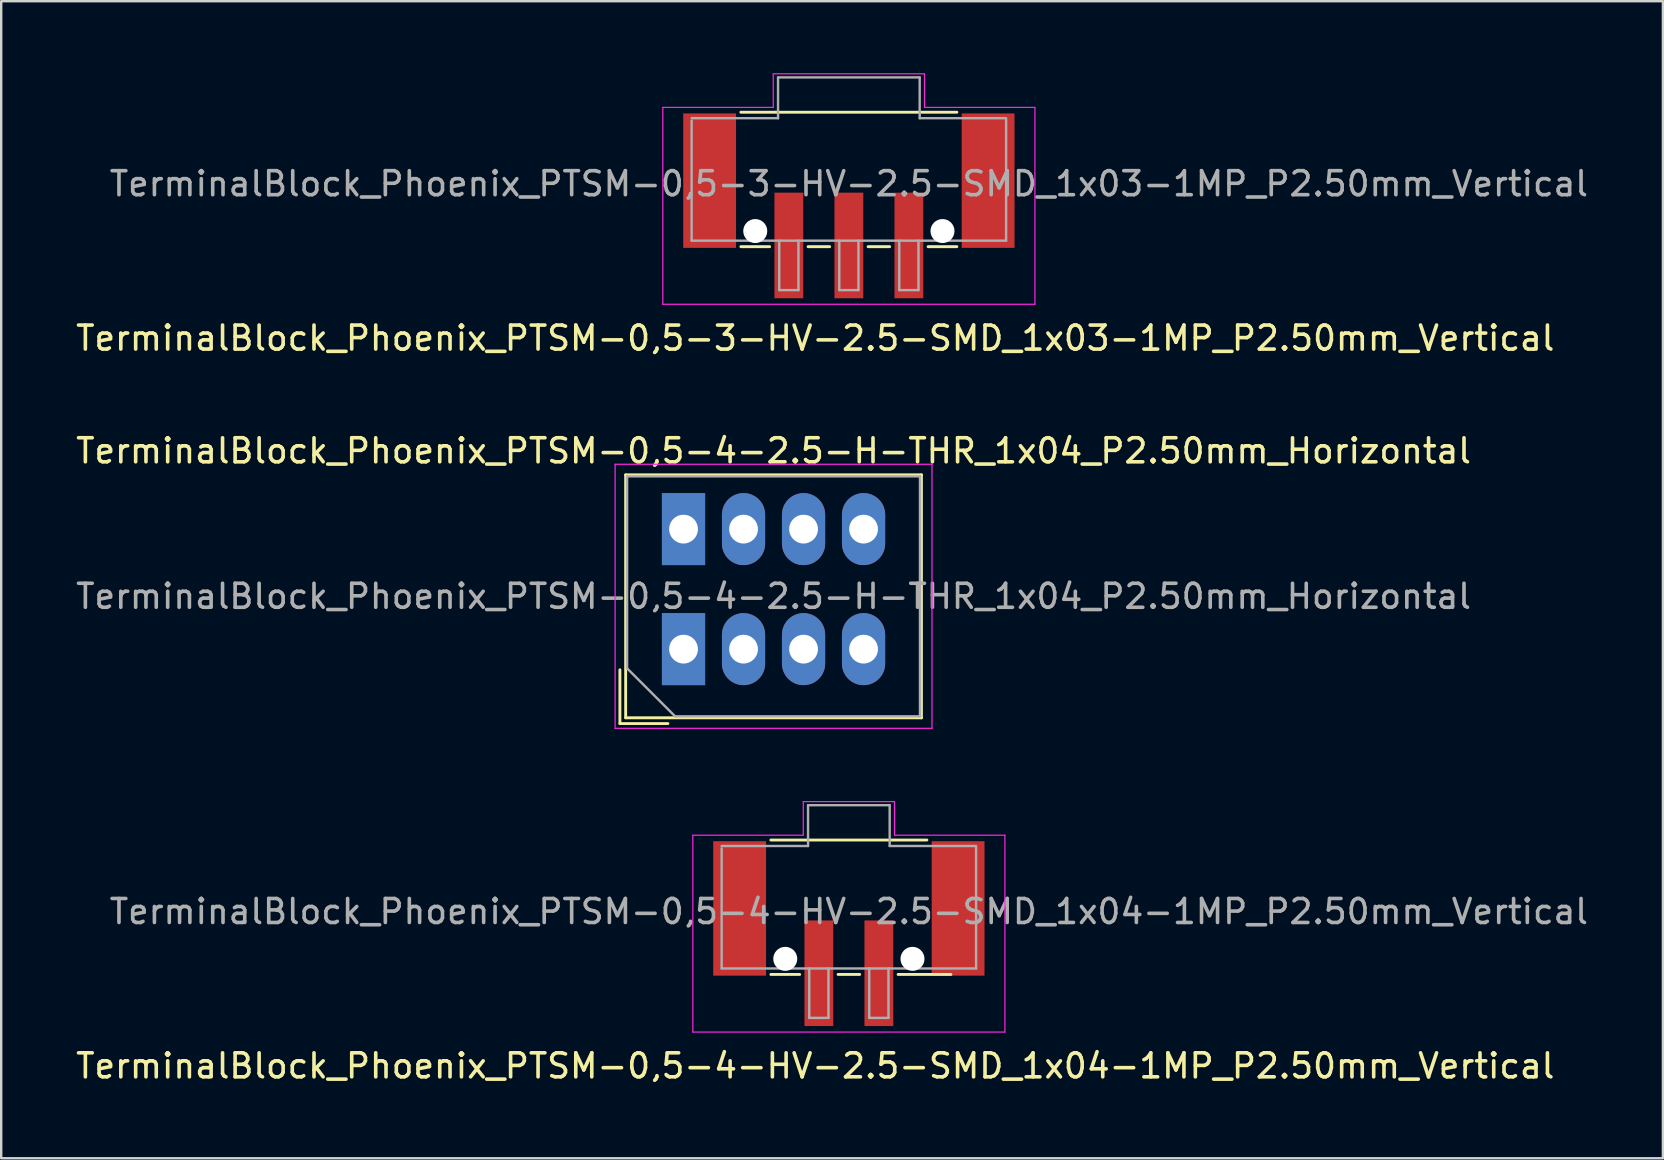
<source format=kicad_pcb>
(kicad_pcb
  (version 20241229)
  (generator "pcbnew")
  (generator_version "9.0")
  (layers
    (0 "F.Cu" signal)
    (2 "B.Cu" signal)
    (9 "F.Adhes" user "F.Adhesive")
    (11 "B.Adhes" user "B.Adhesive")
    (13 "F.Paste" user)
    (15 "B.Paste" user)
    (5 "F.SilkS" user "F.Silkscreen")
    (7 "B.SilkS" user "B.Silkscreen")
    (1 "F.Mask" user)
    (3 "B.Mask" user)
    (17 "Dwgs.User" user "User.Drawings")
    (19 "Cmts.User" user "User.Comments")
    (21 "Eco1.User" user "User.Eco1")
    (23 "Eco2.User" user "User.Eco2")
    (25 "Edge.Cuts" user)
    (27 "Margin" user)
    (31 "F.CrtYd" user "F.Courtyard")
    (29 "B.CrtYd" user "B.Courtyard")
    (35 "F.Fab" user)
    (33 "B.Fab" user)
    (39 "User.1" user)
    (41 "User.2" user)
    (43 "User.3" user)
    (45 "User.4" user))
  (footprint "TerminalBlock_Phoenix_PTSM-0,5-3-HV-2.5-SMD_1x03-1MP_P2.50mm_Vertical"
    (layer "F.Cu")
    (at 32.311 5.525)
    (property "Reference" "TerminalBlock_Phoenix_PTSM-0,5-3-HV-2.5-SMD_1x03-1MP_P2.50mm_Vertical" (at -1.4 5.51 0) (layer "F.SilkS") (effects (font (size 1 1) (thickness 0.15))))
    (attr smd)
    (fp_line (start -4.5 -3.9) (end 4.5 -3.9) (stroke (width 0.12) (type solid)) (layer "F.SilkS"))
    (fp_line (start -3.3 1.7) (end -4.5 1.7) (stroke (width 0.12) (type solid)) (layer "F.SilkS"))
    (fp_line (start -0.8 1.7) (end -1.7 1.7) (stroke (width 0.12) (type solid)) (layer "F.SilkS"))
    (fp_line (start 1.7 1.7) (end 0.8 1.7) (stroke (width 0.12) (type solid)) (layer "F.SilkS"))
    (fp_line (start 4.5 1.7) (end 3.3 1.7) (stroke (width 0.12) (type solid)) (layer "F.SilkS"))
    (fp_line (start -7.75 -4.1) (end -3.15 -4.1) (stroke (width 0.05) (type solid)) (layer "F.CrtYd"))
    (fp_line (start -7.75 4.1) (end -7.75 -4.1) (stroke (width 0.05) (type solid)) (layer "F.CrtYd"))
    (fp_line (start -3.15 -5.5) (end 3.15 -5.5) (stroke (width 0.05) (type solid)) (layer "F.CrtYd"))
    (fp_line (start -3.15 -4.1) (end -3.15 -5.5) (stroke (width 0.05) (type solid)) (layer "F.CrtYd"))
    (fp_line (start 3.15 -4.1) (end 3.15 -5.5) (stroke (width 0.05) (type solid)) (layer "F.CrtYd"))
    (fp_line (start 7.75 -4.1) (end 3.15 -4.1) (stroke (width 0.05) (type solid)) (layer "F.CrtYd"))
    (fp_line (start 7.75 -4.1) (end 7.75 4.1) (stroke (width 0.05) (type solid)) (layer "F.CrtYd"))
    (fp_line (start 7.75 4.1) (end -7.75 4.1) (stroke (width 0.05) (type solid)) (layer "F.CrtYd"))
    (fp_line (start -6.55 -3.65) (end -2.95 -3.65) (stroke (width 0.1) (type solid)) (layer "F.Fab"))
    (fp_line (start -6.55 1.45) (end -6.55 -3.55) (stroke (width 0.1) (type solid)) (layer "F.Fab"))
    (fp_line (start -2.95 -5.35) (end 2.95 -5.35) (stroke (width 0.1) (type solid)) (layer "F.Fab"))
    (fp_line (start -2.95 -3.65) (end -2.95 -5.35) (stroke (width 0.1) (type solid)) (layer "F.Fab"))
    (fp_line (start -2.9 1.45) (end -2.9 3.51) (stroke (width 0.1) (type solid)) (layer "F.Fab"))
    (fp_line (start -2.9 3.51) (end -2.1 3.51) (stroke (width 0.1) (type solid)) (layer "F.Fab"))
    (fp_line (start -2.1 1.45) (end -2.1 3.51) (stroke (width 0.1) (type solid)) (layer "F.Fab"))
    (fp_line (start -0.4 1.45) (end -0.4 3.51) (stroke (width 0.1) (type solid)) (layer "F.Fab"))
    (fp_line (start -0.4 3.51) (end 0.4 3.51) (stroke (width 0.1) (type solid)) (layer "F.Fab"))
    (fp_line (start 0.4 1.45) (end 0.4 3.51) (stroke (width 0.1) (type solid)) (layer "F.Fab"))
    (fp_line (start 2.1 1.45) (end 2.1 3.51) (stroke (width 0.1) (type solid)) (layer "F.Fab"))
    (fp_line (start 2.1 3.51) (end 2.9 3.51) (stroke (width 0.1) (type solid)) (layer "F.Fab"))
    (fp_line (start 2.9 1.45) (end 2.9 3.51) (stroke (width 0.1) (type solid)) (layer "F.Fab"))
    (fp_line (start 2.95 -5.35) (end 2.95 -3.65) (stroke (width 0.1) (type solid)) (layer "F.Fab"))
    (fp_line (start 2.95 -3.65) (end 6.55 -3.65) (stroke (width 0.1) (type solid)) (layer "F.Fab"))
    (fp_line (start 6.55 1.45) (end -6.55 1.45) (stroke (width 0.1) (type solid)) (layer "F.Fab"))
    (fp_line (start 6.55 1.45) (end 6.55 -3.6) (stroke (width 0.1) (type solid)) (layer "F.Fab"))
    (fp_text user "${REFERENCE}" (at 0 -0.92 0) (layer "F.Fab") (effects (font (size 1 1) (thickness 0.15))))
    (pad "" np_thru_hole circle (at -3.9 1.05) (size 1 1) (drill 1) (layers "*.Cu" "*.Mask"))
    (pad "" np_thru_hole circle (at 3.9 1.05) (size 1 1) (drill 1) (layers "*.Cu" "*.Mask"))
    (pad "1" smd rect (at -2.5 1.65 180) (size 1.2 4.4) (layers "F.Cu" "F.Mask" "F.Paste"))
    (pad "2" smd rect (at 0 1.65 180) (size 1.2 4.4) (layers "F.Cu" "F.Mask" "F.Paste"))
    (pad "3" smd rect (at 2.5 1.65 180) (size 1.2 4.4) (layers "F.Cu" "F.Mask" "F.Paste"))
    (pad "MP" smd rect (at -5.8 -1.05 180) (size 2.2 5.6) (layers "F.Cu" "F.Mask" "F.Paste"))
    (pad "MP" smd rect (at 5.8 -1.05 180) (size 2.2 5.6) (layers "F.Cu" "F.Mask" "F.Paste")))
  (footprint "TerminalBlock_Phoenix_PTSM-0,5-4-2.5-H-THR_1x04_P2.50mm_Horizontal"
    (layer "F.Cu")
    (at 25.423 23.991)
    (property "Reference" "TerminalBlock_Phoenix_PTSM-0,5-4-2.5-H-THR_1x04_P2.50mm_Horizontal" (at 3.75 -8.26 0) (layer "F.SilkS") (effects (font (size 1 1) (thickness 0.15))))
    (attr through_hole)
    (fp_line (start -2.65 0.86) (end -2.65 3.1) (stroke (width 0.12) (type solid)) (layer "F.SilkS"))
    (fp_line (start -2.65 3.1) (end -0.65 3.1) (stroke (width 0.12) (type solid)) (layer "F.SilkS"))
    (fp_line (start -2.41 -7.26) (end -2.41 2.86) (stroke (width 0.12) (type solid)) (layer "F.SilkS"))
    (fp_line (start -2.41 -7.26) (end 9.91 -7.26) (stroke (width 0.12) (type solid)) (layer "F.SilkS"))
    (fp_line (start -2.41 2.86) (end 9.91 2.86) (stroke (width 0.12) (type solid)) (layer "F.SilkS"))
    (fp_line (start 9.91 -7.26) (end 9.91 2.86) (stroke (width 0.12) (type solid)) (layer "F.SilkS"))
    (fp_line (start -2.85 -7.7) (end -2.85 3.3) (stroke (width 0.05) (type solid)) (layer "F.CrtYd"))
    (fp_line (start -2.85 3.3) (end 10.35 3.3) (stroke (width 0.05) (type solid)) (layer "F.CrtYd"))
    (fp_line (start 10.35 -7.7) (end -2.85 -7.7) (stroke (width 0.05) (type solid)) (layer "F.CrtYd"))
    (fp_line (start 10.35 3.3) (end 10.35 -7.7) (stroke (width 0.05) (type solid)) (layer "F.CrtYd"))
    (fp_line (start -2.35 -7.2) (end 9.85 -7.2) (stroke (width 0.1) (type solid)) (layer "F.Fab"))
    (fp_line (start -2.35 0.8) (end -2.35 -7.2) (stroke (width 0.1) (type solid)) (layer "F.Fab"))
    (fp_line (start -0.35 2.8) (end -2.35 0.8) (stroke (width 0.1) (type solid)) (layer "F.Fab"))
    (fp_line (start 9.85 -7.2) (end 9.85 2.8) (stroke (width 0.1) (type solid)) (layer "F.Fab"))
    (fp_line (start 9.85 2.8) (end -0.35 2.8) (stroke (width 0.1) (type solid)) (layer "F.Fab"))
    (fp_text user "${REFERENCE}" (at 3.75 -2.2 0) (layer "F.Fab") (effects (font (size 1 1) (thickness 0.15))))
    (pad "1" thru_hole rect (at 0 -5) (size 1.8 3) (drill 1.2) (layers "*.Cu" "*.Mask"))
    (pad "1" thru_hole rect (at 0 0) (size 1.8 3) (drill 1.2) (layers "*.Cu" "*.Mask"))
    (pad "2" thru_hole oval (at 2.5 -5) (size 1.8 3) (drill 1.2) (layers "*.Cu" "*.Mask"))
    (pad "2" thru_hole oval (at 2.5 0) (size 1.8 3) (drill 1.2) (layers "*.Cu" "*.Mask"))
    (pad "3" thru_hole oval (at 5 -5) (size 1.8 3) (drill 1.2) (layers "*.Cu" "*.Mask"))
    (pad "3" thru_hole oval (at 5 0) (size 1.8 3) (drill 1.2) (layers "*.Cu" "*.Mask"))
    (pad "4" thru_hole oval (at 7.5 -5) (size 1.8 3) (drill 1.2) (layers "*.Cu" "*.Mask"))
    (pad "4" thru_hole oval (at 7.5 0) (size 1.8 3) (drill 1.2) (layers "*.Cu" "*.Mask")))
  (footprint "TerminalBlock_Phoenix_PTSM-0,5-4-HV-2.5-SMD_1x04-1MP_P2.50mm_Vertical"
    (layer "F.Cu")
    (at 32.311 35.842)
    (property "Reference" "TerminalBlock_Phoenix_PTSM-0,5-4-HV-2.5-SMD_1x04-1MP_P2.50mm_Vertical" (at -1.4 5.51 0) (layer "F.SilkS") (effects (font (size 1 1) (thickness 0.15))))
    (attr smd)
    (fp_line (start -3.25 -3.9) (end 3.25 -3.9) (stroke (width 0.12) (type solid)) (layer "F.SilkS"))
    (fp_line (start -2.05 1.7) (end -3.25 1.7) (stroke (width 0.12) (type solid)) (layer "F.SilkS"))
    (fp_line (start 0.45 1.7) (end -0.45 1.7) (stroke (width 0.12) (type solid)) (layer "F.SilkS"))
    (fp_line (start 4.25 1.7) (end 2.05 1.7) (stroke (width 0.12) (type solid)) (layer "F.SilkS"))
    (fp_line (start -6.5 -4.1) (end -1.9 -4.1) (stroke (width 0.05) (type solid)) (layer "F.CrtYd"))
    (fp_line (start -6.5 4.1) (end -6.5 -4.1) (stroke (width 0.05) (type solid)) (layer "F.CrtYd"))
    (fp_line (start -1.9 -5.5) (end 1.9 -5.5) (stroke (width 0.05) (type solid)) (layer "F.CrtYd"))
    (fp_line (start -1.9 -4.1) (end -1.9 -5.5) (stroke (width 0.05) (type solid)) (layer "F.CrtYd"))
    (fp_line (start 1.9 -4.1) (end 1.9 -5.5) (stroke (width 0.05) (type solid)) (layer "F.CrtYd"))
    (fp_line (start 6.5 -4.1) (end 1.9 -4.1) (stroke (width 0.05) (type solid)) (layer "F.CrtYd"))
    (fp_line (start 6.5 -4.1) (end 6.5 4.1) (stroke (width 0.05) (type solid)) (layer "F.CrtYd"))
    (fp_line (start 6.5 4.1) (end -6.5 4.1) (stroke (width 0.05) (type solid)) (layer "F.CrtYd"))
    (fp_line (start -5.3 -3.65) (end -1.7 -3.65) (stroke (width 0.1) (type solid)) (layer "F.Fab"))
    (fp_line (start -5.3 1.45) (end -5.3 -3.55) (stroke (width 0.1) (type solid)) (layer "F.Fab"))
    (fp_line (start -1.7 -5.35) (end 1.7 -5.35) (stroke (width 0.1) (type solid)) (layer "F.Fab"))
    (fp_line (start -1.7 -3.65) (end -1.7 -5.35) (stroke (width 0.1) (type solid)) (layer "F.Fab"))
    (fp_line (start -1.65 1.45) (end -1.65 3.51) (stroke (width 0.1) (type solid)) (layer "F.Fab"))
    (fp_line (start -1.65 3.51) (end -0.85 3.51) (stroke (width 0.1) (type solid)) (layer "F.Fab"))
    (fp_line (start -0.85 1.45) (end -0.85 3.51) (stroke (width 0.1) (type solid)) (layer "F.Fab"))
    (fp_line (start 0.85 1.45) (end 0.85 3.51) (stroke (width 0.1) (type solid)) (layer "F.Fab"))
    (fp_line (start 0.85 3.51) (end 1.65 3.51) (stroke (width 0.1) (type solid)) (layer "F.Fab"))
    (fp_line (start 1.65 1.45) (end 1.65 3.51) (stroke (width 0.1) (type solid)) (layer "F.Fab"))
    (fp_line (start 1.7 -5.35) (end 1.7 -3.65) (stroke (width 0.1) (type solid)) (layer "F.Fab"))
    (fp_line (start 1.7 -3.65) (end 5.3 -3.65) (stroke (width 0.1) (type solid)) (layer "F.Fab"))
    (fp_line (start 5.3 1.45) (end -5.3 1.45) (stroke (width 0.1) (type solid)) (layer "F.Fab"))
    (fp_line (start 5.3 1.45) (end 5.3 -3.6) (stroke (width 0.1) (type solid)) (layer "F.Fab"))
    (fp_text user "${REFERENCE}" (at 0 -0.92 0) (layer "F.Fab") (effects (font (size 1 1) (thickness 0.15))))
    (pad "" np_thru_hole circle (at -2.65 1.05) (size 1 1) (drill 1) (layers "*.Cu" "*.Mask"))
    (pad "" np_thru_hole circle (at 2.65 1.05) (size 1 1) (drill 1) (layers "*.Cu" "*.Mask"))
    (pad "1" smd rect (at -1.25 1.65 180) (size 1.2 4.4) (layers "F.Cu" "F.Mask" "F.Paste"))
    (pad "2" smd rect (at 1.25 1.65 180) (size 1.2 4.4) (layers "F.Cu" "F.Mask" "F.Paste"))
    (pad "MP" smd rect (at -4.55 -1.05 180) (size 2.2 5.6) (layers "F.Cu" "F.Mask" "F.Paste"))
    (pad "MP" smd rect (at 4.55 -1.05 180) (size 2.2 5.6) (layers "F.Cu" "F.Mask" "F.Paste")))
  (gr_rect
    (start -3 -3)
    (end 66.221 45.2)
    (stroke (width 0.1) (type default))
    (fill no)
    (layer "Edge.Cuts")))
</source>
